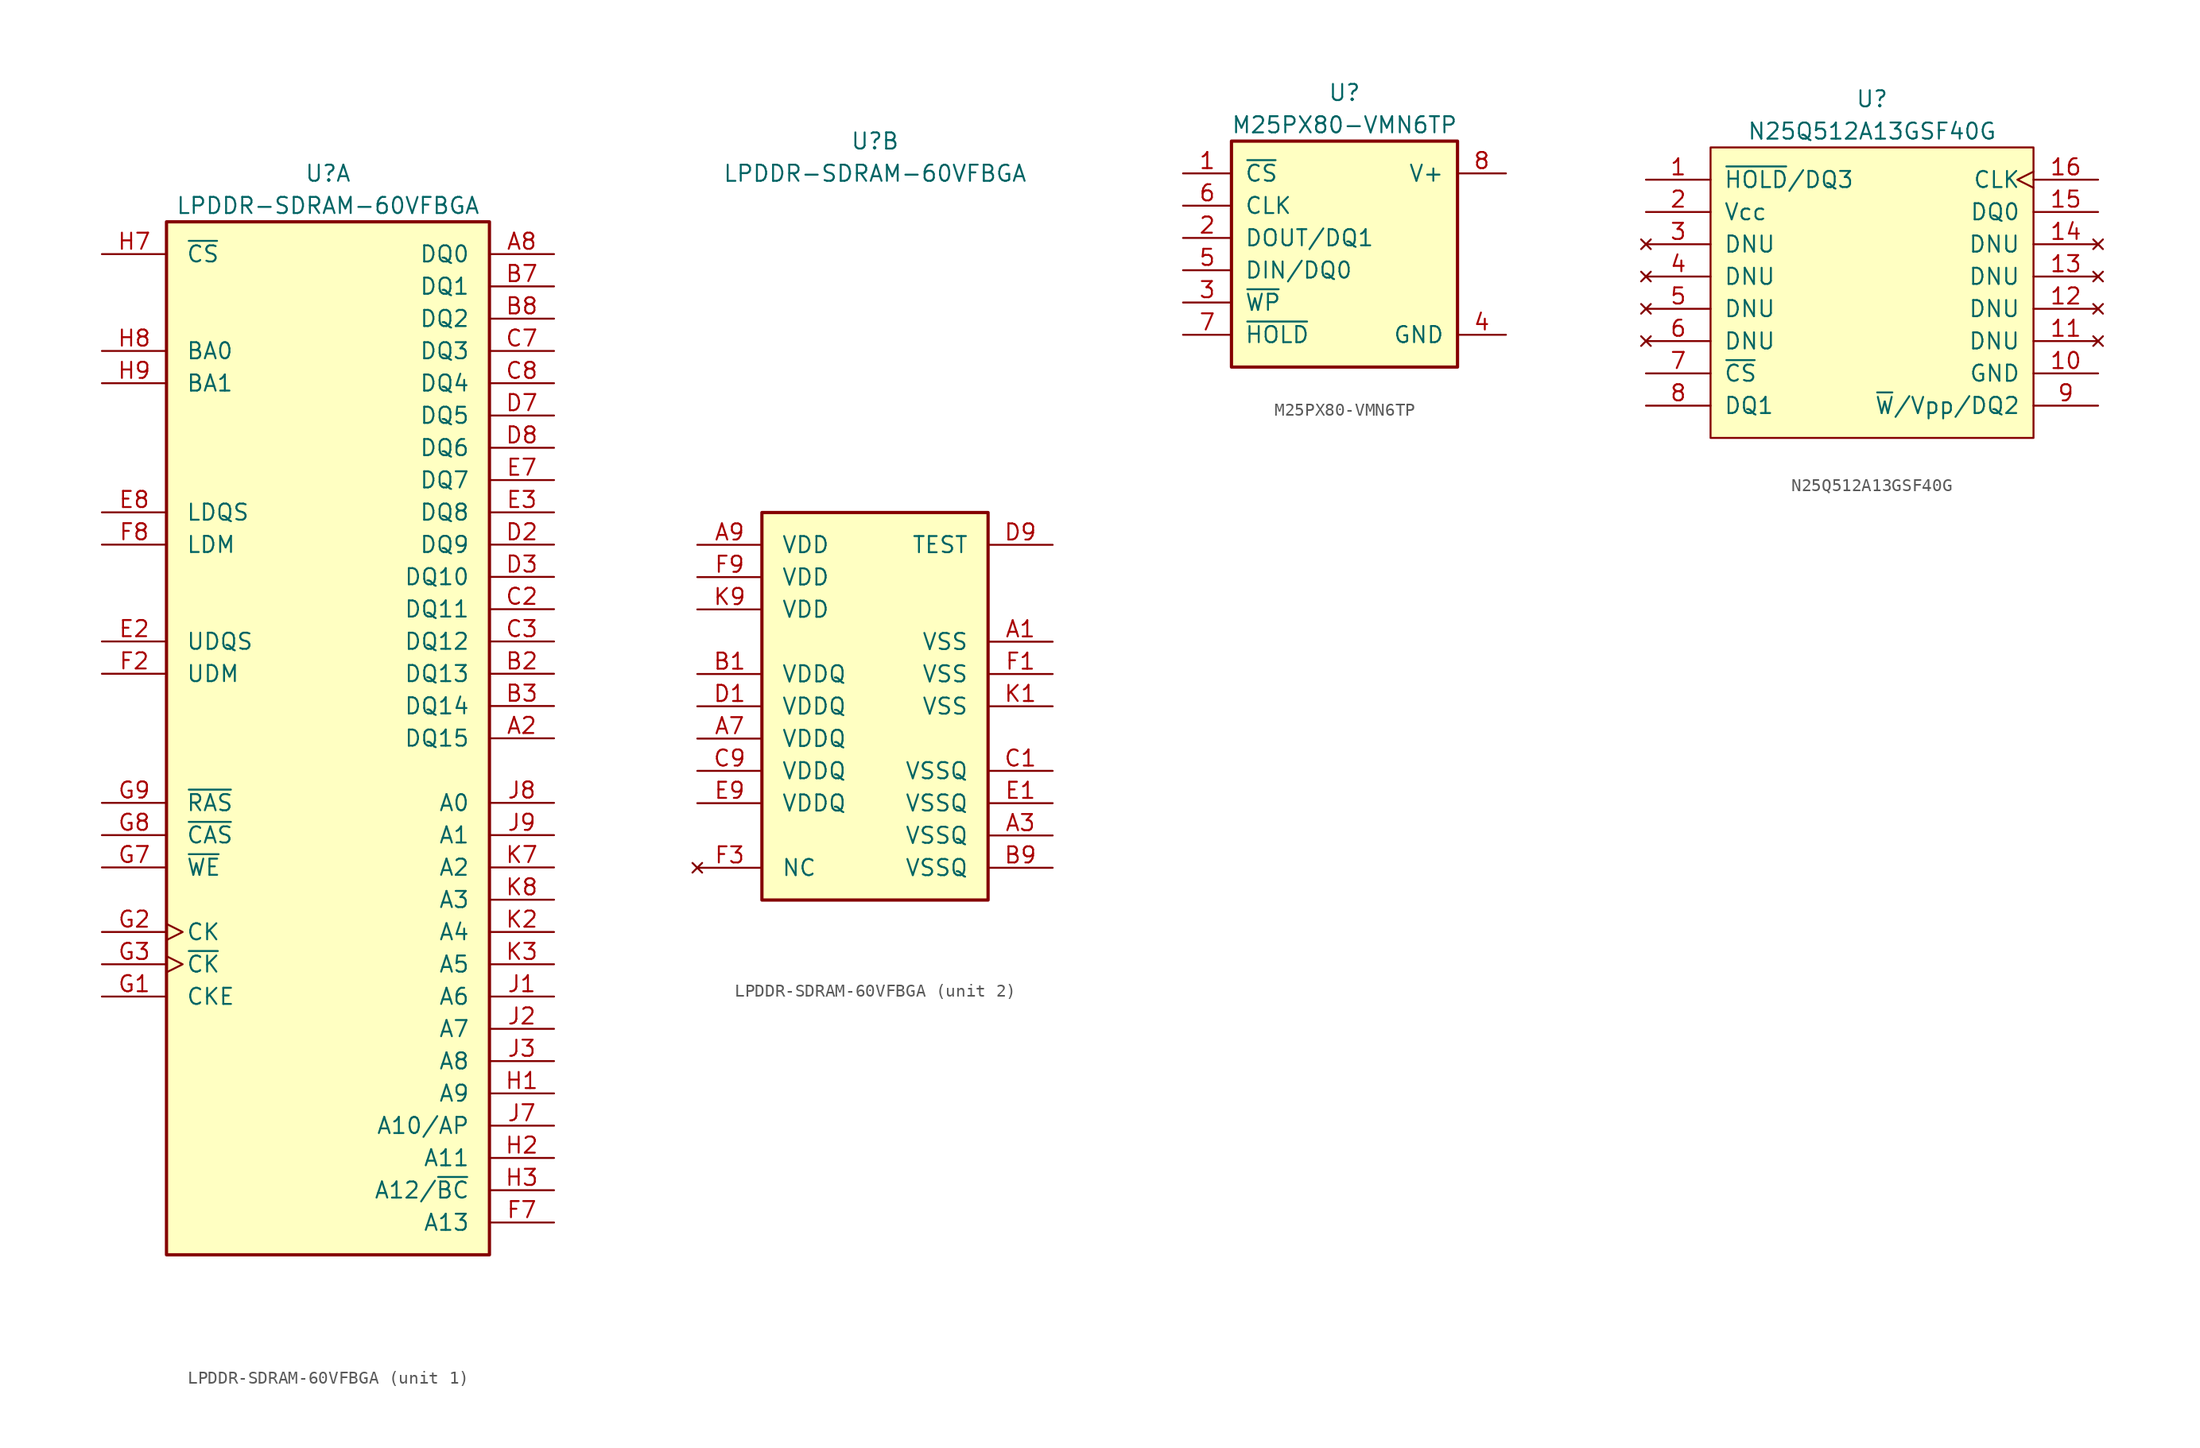
<source format=kicad_sym>
(kicad_symbol_lib
  (version 20211014)
  (generator kicad_symbol_editor)
  (symbol "LPDDR-SDRAM-60VFBGA"
    (pin_names
      (offset 1.524))
    (property "Reference" "U"
      (at 0 44.45 0)
      (effects (font (size 1.27 1.27))))
    (property "Value" "LPDDR-SDRAM-60VFBGA"
      (at 0 41.91 0)
      (effects (font (size 1.27 1.27))))
    (property "ki_locked" ""
      (at 0 0 0)
      (effects (font (size 1.27 1.27))))
    (symbol "LPDDR-SDRAM-60VFBGA_1_1"
      (rectangle (start -12.7 40.64) (end 12.7 -40.64) (stroke (width 0.254) (type default) (color 0 0 0 0)) (fill (type background)))
      (pin bidirectional line (at 17.78 0 180) (length 5.08) (name "DQ15" (effects (font (size 1.27 1.27)))) (number "A2" (effects (font (size 1.27 1.27)))))
      (pin bidirectional line (at 17.78 38.1 180) (length 5.08) (name "DQ0" (effects (font (size 1.27 1.27)))) (number "A8" (effects (font (size 1.27 1.27)))))
      (pin bidirectional line (at 17.78 5.08 180) (length 5.08) (name "DQ13" (effects (font (size 1.27 1.27)))) (number "B2" (effects (font (size 1.27 1.27)))))
      (pin bidirectional line (at 17.78 2.54 180) (length 5.08) (name "DQ14" (effects (font (size 1.27 1.27)))) (number "B3" (effects (font (size 1.27 1.27)))))
      (pin bidirectional line (at 17.78 35.56 180) (length 5.08) (name "DQ1" (effects (font (size 1.27 1.27)))) (number "B7" (effects (font (size 1.27 1.27)))))
      (pin bidirectional line (at 17.78 33.02 180) (length 5.08) (name "DQ2" (effects (font (size 1.27 1.27)))) (number "B8" (effects (font (size 1.27 1.27)))))
      (pin bidirectional line (at 17.78 10.16 180) (length 5.08) (name "DQ11" (effects (font (size 1.27 1.27)))) (number "C2" (effects (font (size 1.27 1.27)))))
      (pin bidirectional line (at 17.78 7.62 180) (length 5.08) (name "DQ12" (effects (font (size 1.27 1.27)))) (number "C3" (effects (font (size 1.27 1.27)))))
      (pin bidirectional line (at 17.78 30.48 180) (length 5.08) (name "DQ3" (effects (font (size 1.27 1.27)))) (number "C7" (effects (font (size 1.27 1.27)))))
      (pin bidirectional line (at 17.78 27.94 180) (length 5.08) (name "DQ4" (effects (font (size 1.27 1.27)))) (number "C8" (effects (font (size 1.27 1.27)))))
      (pin bidirectional line (at 17.78 15.24 180) (length 5.08) (name "DQ9" (effects (font (size 1.27 1.27)))) (number "D2" (effects (font (size 1.27 1.27)))))
      (pin bidirectional line (at 17.78 12.7 180) (length 5.08) (name "DQ10" (effects (font (size 1.27 1.27)))) (number "D3" (effects (font (size 1.27 1.27)))))
      (pin bidirectional line (at 17.78 25.4 180) (length 5.08) (name "DQ5" (effects (font (size 1.27 1.27)))) (number "D7" (effects (font (size 1.27 1.27)))))
      (pin bidirectional line (at 17.78 22.86 180) (length 5.08) (name "DQ6" (effects (font (size 1.27 1.27)))) (number "D8" (effects (font (size 1.27 1.27)))))
      (pin input line (at -17.78 7.62 0) (length 5.08) (name "UDQS" (effects (font (size 1.27 1.27)))) (number "E2" (effects (font (size 1.27 1.27)))))
      (pin bidirectional line (at 17.78 17.78 180) (length 5.08) (name "DQ8" (effects (font (size 1.27 1.27)))) (number "E3" (effects (font (size 1.27 1.27)))))
      (pin bidirectional line (at 17.78 20.32 180) (length 5.08) (name "DQ7" (effects (font (size 1.27 1.27)))) (number "E7" (effects (font (size 1.27 1.27)))))
      (pin input line (at -17.78 17.78 0) (length 5.08) (name "LDQS" (effects (font (size 1.27 1.27)))) (number "E8" (effects (font (size 1.27 1.27)))))
      (pin input line (at -17.78 5.08 0) (length 5.08) (name "UDM" (effects (font (size 1.27 1.27)))) (number "F2" (effects (font (size 1.27 1.27)))))
      (pin input line (at 17.78 -38.1 180) (length 5.08) (name "A13" (effects (font (size 1.27 1.27)))) (number "F7" (effects (font (size 1.27 1.27)))))
      (pin input line (at -17.78 15.24 0) (length 5.08) (name "LDM" (effects (font (size 1.27 1.27)))) (number "F8" (effects (font (size 1.27 1.27)))))
      (pin input line (at -17.78 -20.32 0) (length 5.08) (name "CKE" (effects (font (size 1.27 1.27)))) (number "G1" (effects (font (size 1.27 1.27)))))
      (pin input clock (at -17.78 -15.24 0) (length 5.08) (name "CK" (effects (font (size 1.27 1.27)))) (number "G2" (effects (font (size 1.27 1.27)))))
      (pin input clock (at -17.78 -17.78 0) (length 5.08) (name "~{CK}" (effects (font (size 1.27 1.27)))) (number "G3" (effects (font (size 1.27 1.27)))))
      (pin input line (at -17.78 -10.16 0) (length 5.08) (name "~{WE}" (effects (font (size 1.27 1.27)))) (number "G7" (effects (font (size 1.27 1.27)))))
      (pin input line (at -17.78 -7.62 0) (length 5.08) (name "~{CAS}" (effects (font (size 1.27 1.27)))) (number "G8" (effects (font (size 1.27 1.27)))))
      (pin input line (at -17.78 -5.08 0) (length 5.08) (name "~{RAS}" (effects (font (size 1.27 1.27)))) (number "G9" (effects (font (size 1.27 1.27)))))
      (pin input line (at 17.78 -27.94 180) (length 5.08) (name "A9" (effects (font (size 1.27 1.27)))) (number "H1" (effects (font (size 1.27 1.27)))))
      (pin input line (at 17.78 -33.02 180) (length 5.08) (name "A11" (effects (font (size 1.27 1.27)))) (number "H2" (effects (font (size 1.27 1.27)))))
      (pin input line (at 17.78 -35.56 180) (length 5.08) (name "A12/~{BC}" (effects (font (size 1.27 1.27)))) (number "H3" (effects (font (size 1.27 1.27)))))
      (pin input line (at -17.78 38.1 0) (length 5.08) (name "~{CS}" (effects (font (size 1.27 1.27)))) (number "H7" (effects (font (size 1.27 1.27)))))
      (pin input line (at -17.78 30.48 0) (length 5.08) (name "BA0" (effects (font (size 1.27 1.27)))) (number "H8" (effects (font (size 1.27 1.27)))))
      (pin input line (at -17.78 27.94 0) (length 5.08) (name "BA1" (effects (font (size 1.27 1.27)))) (number "H9" (effects (font (size 1.27 1.27)))))
      (pin input line (at 17.78 -20.32 180) (length 5.08) (name "A6" (effects (font (size 1.27 1.27)))) (number "J1" (effects (font (size 1.27 1.27)))))
      (pin input line (at 17.78 -22.86 180) (length 5.08) (name "A7" (effects (font (size 1.27 1.27)))) (number "J2" (effects (font (size 1.27 1.27)))))
      (pin input line (at 17.78 -25.4 180) (length 5.08) (name "A8" (effects (font (size 1.27 1.27)))) (number "J3" (effects (font (size 1.27 1.27)))))
      (pin input line (at 17.78 -30.48 180) (length 5.08) (name "A10/AP" (effects (font (size 1.27 1.27)))) (number "J7" (effects (font (size 1.27 1.27)))))
      (pin input line (at 17.78 -5.08 180) (length 5.08) (name "A0" (effects (font (size 1.27 1.27)))) (number "J8" (effects (font (size 1.27 1.27)))))
      (pin input line (at 17.78 -7.62 180) (length 5.08) (name "A1" (effects (font (size 1.27 1.27)))) (number "J9" (effects (font (size 1.27 1.27)))))
      (pin input line (at 17.78 -15.24 180) (length 5.08) (name "A4" (effects (font (size 1.27 1.27)))) (number "K2" (effects (font (size 1.27 1.27)))))
      (pin input line (at 17.78 -17.78 180) (length 5.08) (name "A5" (effects (font (size 1.27 1.27)))) (number "K3" (effects (font (size 1.27 1.27)))))
      (pin input line (at 17.78 -10.16 180) (length 5.08) (name "A2" (effects (font (size 1.27 1.27)))) (number "K7" (effects (font (size 1.27 1.27)))))
      (pin input line (at 17.78 -12.7 180) (length 5.08) (name "A3" (effects (font (size 1.27 1.27)))) (number "K8" (effects (font (size 1.27 1.27))))))
    (symbol "LPDDR-SDRAM-60VFBGA_2_1"
      (rectangle (start -8.89 15.24) (end 8.89 -15.24) (stroke (width 0.254) (type default) (color 0 0 0 0)) (fill (type background)))
      (pin power_in line (at 13.97 5.08 180) (length 5.08) (name "VSS" (effects (font (size 1.27 1.27)))) (number "A1" (effects (font (size 1.27 1.27)))))
      (pin power_in line (at 13.97 -10.16 180) (length 5.08) (name "VSSQ" (effects (font (size 1.27 1.27)))) (number "A3" (effects (font (size 1.27 1.27)))))
      (pin power_in line (at -13.97 -2.54 0) (length 5.08) (name "VDDQ" (effects (font (size 1.27 1.27)))) (number "A7" (effects (font (size 1.27 1.27)))))
      (pin power_in line (at -13.97 12.7 0) (length 5.08) (name "VDD" (effects (font (size 1.27 1.27)))) (number "A9" (effects (font (size 1.27 1.27)))))
      (pin power_in line (at -13.97 2.54 0) (length 5.08) (name "VDDQ" (effects (font (size 1.27 1.27)))) (number "B1" (effects (font (size 1.27 1.27)))))
      (pin power_in line (at 13.97 -12.7 180) (length 5.08) (name "VSSQ" (effects (font (size 1.27 1.27)))) (number "B9" (effects (font (size 1.27 1.27)))))
      (pin power_in line (at 13.97 -5.08 180) (length 5.08) (name "VSSQ" (effects (font (size 1.27 1.27)))) (number "C1" (effects (font (size 1.27 1.27)))))
      (pin power_in line (at -13.97 -5.08 0) (length 5.08) (name "VDDQ" (effects (font (size 1.27 1.27)))) (number "C9" (effects (font (size 1.27 1.27)))))
      (pin power_in line (at -13.97 0 0) (length 5.08) (name "VDDQ" (effects (font (size 1.27 1.27)))) (number "D1" (effects (font (size 1.27 1.27)))))
      (pin input line (at 13.97 12.7 180) (length 5.08) (name "TEST" (effects (font (size 1.27 1.27)))) (number "D9" (effects (font (size 1.27 1.27)))))
      (pin power_in line (at 13.97 -7.62 180) (length 5.08) (name "VSSQ" (effects (font (size 1.27 1.27)))) (number "E1" (effects (font (size 1.27 1.27)))))
      (pin power_in line (at -13.97 -7.62 0) (length 5.08) (name "VDDQ" (effects (font (size 1.27 1.27)))) (number "E9" (effects (font (size 1.27 1.27)))))
      (pin power_in line (at 13.97 2.54 180) (length 5.08) (name "VSS" (effects (font (size 1.27 1.27)))) (number "F1" (effects (font (size 1.27 1.27)))))
      (pin no_connect line (at -13.97 -12.7 0) (length 5.08) (name "NC" (effects (font (size 1.27 1.27)))) (number "F3" (effects (font (size 1.27 1.27)))))
      (pin power_in line (at -13.97 10.16 0) (length 5.08) (name "VDD" (effects (font (size 1.27 1.27)))) (number "F9" (effects (font (size 1.27 1.27)))))
      (pin power_in line (at 13.97 0 180) (length 5.08) (name "VSS" (effects (font (size 1.27 1.27)))) (number "K1" (effects (font (size 1.27 1.27)))))
      (pin power_in line (at -13.97 7.62 0) (length 5.08) (name "VDD" (effects (font (size 1.27 1.27)))) (number "K9" (effects (font (size 1.27 1.27)))))))
  (symbol "M25PX80-VMN6TP"
    (pin_names
      (offset 1.016))
    (property "Reference" "U"
      (at 0 12.7 0)
      (effects (font (size 1.27 1.27))))
    (property "Value" "M25PX80-VMN6TP"
      (at 0 10.16 0)
      (effects (font (size 1.27 1.27))))
    (symbol "M25PX80-VMN6TP_0_1"
      (rectangle (start -8.89 8.89) (end 8.89 -8.89) (stroke (width 0.254) (type default) (color 0 0 0 0)) (fill (type background))))
    (symbol "M25PX80-VMN6TP_1_1"
      (pin input line (at -12.7 6.35 0) (length 3.81) (name "~{CS}" (effects (font (size 1.27 1.27)))) (number "1" (effects (font (size 1.27 1.27)))))
      (pin bidirectional line (at -12.7 1.27 0) (length 3.81) (name "DOUT/DQ1" (effects (font (size 1.27 1.27)))) (number "2" (effects (font (size 1.27 1.27)))))
      (pin input line (at -12.7 -3.81 0) (length 3.81) (name "~{WP}" (effects (font (size 1.27 1.27)))) (number "3" (effects (font (size 1.27 1.27)))))
      (pin power_in line (at 12.7 -6.35 180) (length 3.81) (name "GND" (effects (font (size 1.27 1.27)))) (number "4" (effects (font (size 1.27 1.27)))))
      (pin bidirectional line (at -12.7 -1.27 0) (length 3.81) (name "DIN/DQ0" (effects (font (size 1.27 1.27)))) (number "5" (effects (font (size 1.27 1.27)))))
      (pin input line (at -12.7 3.81 0) (length 3.81) (name "CLK" (effects (font (size 1.27 1.27)))) (number "6" (effects (font (size 1.27 1.27)))))
      (pin input line (at -12.7 -6.35 0) (length 3.81) (name "~{HOLD}" (effects (font (size 1.27 1.27)))) (number "7" (effects (font (size 1.27 1.27)))))
      (pin power_in line (at 12.7 6.35 180) (length 3.81) (name "V+" (effects (font (size 1.27 1.27)))) (number "8" (effects (font (size 1.27 1.27)))))))
  (symbol "N25Q512A13GSF40G"
    (pin_names
      (offset 1.016))
    (property "Reference" "U"
      (at 0 13.97 0)
      (effects (font (size 1.27 1.27))))
    (property "Value" "N25Q512A13GSF40G"
      (at 0 11.43 0)
      (effects (font (size 1.27 1.27))))
    (symbol "N25Q512A13GSF40G_0_1"
      (rectangle (start -12.7 10.16) (end 12.7 -12.7) (stroke (width 0) (type default) (color 0 0 0 0)) (fill (type background))))
    (symbol "N25Q512A13GSF40G_1_1"
      (pin input line (at -17.78 7.62 0) (length 5.08) (name "~{HOLD}/DQ3" (effects (font (size 1.27 1.27)))) (number "1" (effects (font (size 1.27 1.27)))))
      (pin power_in line (at 17.78 -7.62 180) (length 5.08) (name "GND" (effects (font (size 1.27 1.27)))) (number "10" (effects (font (size 1.27 1.27)))))
      (pin no_connect line (at 17.78 -5.08 180) (length 5.08) (name "DNU" (effects (font (size 1.27 1.27)))) (number "11" (effects (font (size 1.27 1.27)))))
      (pin no_connect line (at 17.78 -2.54 180) (length 5.08) (name "DNU" (effects (font (size 1.27 1.27)))) (number "12" (effects (font (size 1.27 1.27)))))
      (pin no_connect line (at 17.78 0 180) (length 5.08) (name "DNU" (effects (font (size 1.27 1.27)))) (number "13" (effects (font (size 1.27 1.27)))))
      (pin no_connect line (at 17.78 2.54 180) (length 5.08) (name "DNU" (effects (font (size 1.27 1.27)))) (number "14" (effects (font (size 1.27 1.27)))))
      (pin tri_state line (at 17.78 5.08 180) (length 5.08) (name "DQ0" (effects (font (size 1.27 1.27)))) (number "15" (effects (font (size 1.27 1.27)))))
      (pin input clock (at 17.78 7.62 180) (length 5.08) (name "CLK" (effects (font (size 1.27 1.27)))) (number "16" (effects (font (size 1.27 1.27)))))
      (pin input line (at -17.78 5.08 0) (length 5.08) (name "Vcc" (effects (font (size 1.27 1.27)))) (number "2" (effects (font (size 1.27 1.27)))))
      (pin no_connect line (at -17.78 2.54 0) (length 5.08) (name "DNU" (effects (font (size 1.27 1.27)))) (number "3" (effects (font (size 1.27 1.27)))))
      (pin no_connect line (at -17.78 0 0) (length 5.08) (name "DNU" (effects (font (size 1.27 1.27)))) (number "4" (effects (font (size 1.27 1.27)))))
      (pin no_connect line (at -17.78 -2.54 0) (length 5.08) (name "DNU" (effects (font (size 1.27 1.27)))) (number "5" (effects (font (size 1.27 1.27)))))
      (pin no_connect line (at -17.78 -5.08 0) (length 5.08) (name "DNU" (effects (font (size 1.27 1.27)))) (number "6" (effects (font (size 1.27 1.27)))))
      (pin input line (at -17.78 -7.62 0) (length 5.08) (name "~{CS}" (effects (font (size 1.27 1.27)))) (number "7" (effects (font (size 1.27 1.27)))))
      (pin tri_state line (at -17.78 -10.16 0) (length 5.08) (name "DQ1" (effects (font (size 1.27 1.27)))) (number "8" (effects (font (size 1.27 1.27)))))
      (pin tri_state line (at 17.78 -10.16 180) (length 5.08) (name "~{W}/Vpp/DQ2" (effects (font (size 1.27 1.27)))) (number "9" (effects (font (size 1.27 1.27))))))))
</source>
